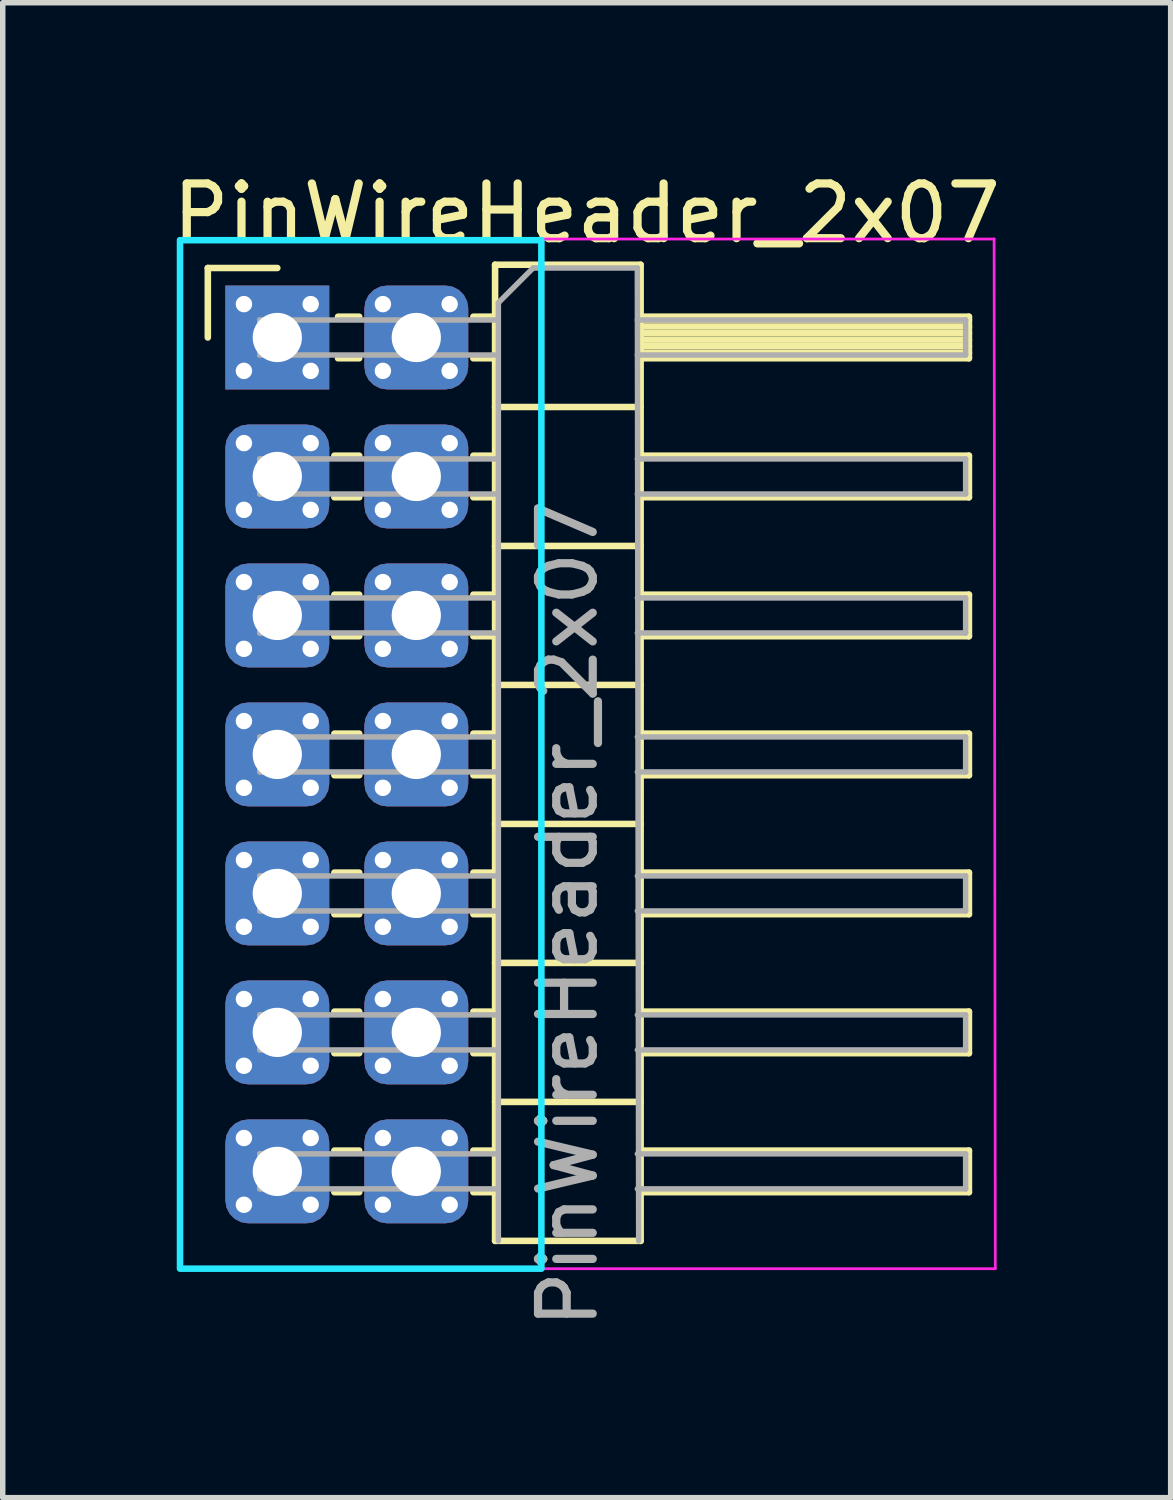
<source format=kicad_pcb>
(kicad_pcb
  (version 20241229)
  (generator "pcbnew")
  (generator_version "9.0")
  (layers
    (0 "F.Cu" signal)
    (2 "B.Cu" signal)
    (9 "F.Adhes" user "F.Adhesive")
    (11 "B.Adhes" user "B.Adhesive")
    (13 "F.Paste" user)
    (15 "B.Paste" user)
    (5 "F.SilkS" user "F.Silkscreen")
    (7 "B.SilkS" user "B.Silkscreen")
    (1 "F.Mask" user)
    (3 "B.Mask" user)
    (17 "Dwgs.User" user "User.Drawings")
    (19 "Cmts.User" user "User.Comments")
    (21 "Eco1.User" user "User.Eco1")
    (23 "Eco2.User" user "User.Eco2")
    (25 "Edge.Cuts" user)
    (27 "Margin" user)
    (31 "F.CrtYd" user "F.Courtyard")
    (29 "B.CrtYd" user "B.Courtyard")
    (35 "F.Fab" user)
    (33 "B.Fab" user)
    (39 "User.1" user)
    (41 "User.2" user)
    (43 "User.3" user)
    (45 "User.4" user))
  (footprint "PinWireHeader_2x07"
    (layer "F.Cu")
    (at 2.018 3.118)
    (property "Reference" "PinWireHeader_2x07" (at 5.655 -2.27 180) (layer "F.SilkS") (effects (font (size 1 1) (thickness 0.15))))
    (attr through_hole)
    (fp_circle (center 0 0) (end 0.457 0) (stroke (width 0.15) (type solid)) (fill yes) (layer "F.Mask"))
    (fp_circle (center 0 2.54) (end 0.457 2.54) (stroke (width 0.15) (type solid)) (fill yes) (layer "F.Mask"))
    (fp_circle (center 0 5.08) (end 0.457 5.08) (stroke (width 0.15) (type solid)) (fill yes) (layer "F.Mask"))
    (fp_circle (center 0 7.62) (end 0.457 7.62) (stroke (width 0.15) (type solid)) (fill yes) (layer "F.Mask"))
    (fp_circle (center 0 10.16) (end 0.457 10.16) (stroke (width 0.15) (type solid)) (fill yes) (layer "F.Mask"))
    (fp_circle (center 0 12.7) (end 0.457 12.7) (stroke (width 0.15) (type solid)) (fill yes) (layer "F.Mask"))
    (fp_circle (center 0 15.24) (end 0.457 15.24) (stroke (width 0.15) (type solid)) (fill yes) (layer "F.Mask"))
    (fp_circle (center 2.54 0) (end 2.997 0) (stroke (width 0.15) (type solid)) (fill yes) (layer "F.Mask"))
    (fp_circle (center 2.54 2.54) (end 2.997 2.54) (stroke (width 0.15) (type solid)) (fill yes) (layer "F.Mask"))
    (fp_circle (center 2.54 5.08) (end 2.997 5.08) (stroke (width 0.15) (type solid)) (fill yes) (layer "F.Mask"))
    (fp_circle (center 2.54 7.62) (end 2.997 7.62) (stroke (width 0.15) (type solid)) (fill yes) (layer "F.Mask"))
    (fp_circle (center 2.54 10.16) (end 2.997 10.16) (stroke (width 0.15) (type solid)) (fill yes) (layer "F.Mask"))
    (fp_circle (center 2.54 12.7) (end 2.997 12.7) (stroke (width 0.15) (type solid)) (fill yes) (layer "F.Mask"))
    (fp_circle (center 2.54 15.24) (end 2.997 15.24) (stroke (width 0.15) (type solid)) (fill yes) (layer "F.Mask"))
    (fp_line (start -1.27 -1.27) (end 0 -1.27) (stroke (width 0.12) (type solid)) (layer "F.SilkS"))
    (fp_line (start -1.27 0) (end -1.27 -1.27) (stroke (width 0.12) (type solid)) (layer "F.SilkS"))
    (fp_line (start 1.043 2.16) (end 1.497 2.16) (stroke (width 0.12) (type solid)) (layer "F.SilkS"))
    (fp_line (start 1.043 2.92) (end 1.497 2.92) (stroke (width 0.12) (type solid)) (layer "F.SilkS"))
    (fp_line (start 1.043 4.7) (end 1.497 4.7) (stroke (width 0.12) (type solid)) (layer "F.SilkS"))
    (fp_line (start 1.043 5.46) (end 1.497 5.46) (stroke (width 0.12) (type solid)) (layer "F.SilkS"))
    (fp_line (start 1.043 7.24) (end 1.497 7.24) (stroke (width 0.12) (type solid)) (layer "F.SilkS"))
    (fp_line (start 1.043 8) (end 1.497 8) (stroke (width 0.12) (type solid)) (layer "F.SilkS"))
    (fp_line (start 1.043 9.78) (end 1.497 9.78) (stroke (width 0.12) (type solid)) (layer "F.SilkS"))
    (fp_line (start 1.043 10.54) (end 1.497 10.54) (stroke (width 0.12) (type solid)) (layer "F.SilkS"))
    (fp_line (start 1.043 12.32) (end 1.497 12.32) (stroke (width 0.12) (type solid)) (layer "F.SilkS"))
    (fp_line (start 1.043 13.08) (end 1.497 13.08) (stroke (width 0.12) (type solid)) (layer "F.SilkS"))
    (fp_line (start 1.043 14.86) (end 1.497 14.86) (stroke (width 0.12) (type solid)) (layer "F.SilkS"))
    (fp_line (start 1.043 15.62) (end 1.497 15.62) (stroke (width 0.12) (type solid)) (layer "F.SilkS"))
    (fp_line (start 1.11 -0.38) (end 1.497 -0.38) (stroke (width 0.12) (type solid)) (layer "F.SilkS"))
    (fp_line (start 1.11 0.38) (end 1.497 0.38) (stroke (width 0.12) (type solid)) (layer "F.SilkS"))
    (fp_line (start 3.583 -0.38) (end 3.98 -0.38) (stroke (width 0.12) (type solid)) (layer "F.SilkS"))
    (fp_line (start 3.583 0.38) (end 3.98 0.38) (stroke (width 0.12) (type solid)) (layer "F.SilkS"))
    (fp_line (start 3.583 2.16) (end 3.98 2.16) (stroke (width 0.12) (type solid)) (layer "F.SilkS"))
    (fp_line (start 3.583 2.92) (end 3.98 2.92) (stroke (width 0.12) (type solid)) (layer "F.SilkS"))
    (fp_line (start 3.583 4.7) (end 3.98 4.7) (stroke (width 0.12) (type solid)) (layer "F.SilkS"))
    (fp_line (start 3.583 5.46) (end 3.98 5.46) (stroke (width 0.12) (type solid)) (layer "F.SilkS"))
    (fp_line (start 3.583 7.24) (end 3.98 7.24) (stroke (width 0.12) (type solid)) (layer "F.SilkS"))
    (fp_line (start 3.583 8) (end 3.98 8) (stroke (width 0.12) (type solid)) (layer "F.SilkS"))
    (fp_line (start 3.583 9.78) (end 3.98 9.78) (stroke (width 0.12) (type solid)) (layer "F.SilkS"))
    (fp_line (start 3.583 10.54) (end 3.98 10.54) (stroke (width 0.12) (type solid)) (layer "F.SilkS"))
    (fp_line (start 3.583 12.32) (end 3.98 12.32) (stroke (width 0.12) (type solid)) (layer "F.SilkS"))
    (fp_line (start 3.583 13.08) (end 3.98 13.08) (stroke (width 0.12) (type solid)) (layer "F.SilkS"))
    (fp_line (start 3.583 14.86) (end 3.98 14.86) (stroke (width 0.12) (type solid)) (layer "F.SilkS"))
    (fp_line (start 3.583 15.62) (end 3.98 15.62) (stroke (width 0.12) (type solid)) (layer "F.SilkS"))
    (fp_line (start 3.98 -1.33) (end 3.98 16.51) (stroke (width 0.12) (type solid)) (layer "F.SilkS"))
    (fp_line (start 3.98 1.27) (end 6.64 1.27) (stroke (width 0.12) (type solid)) (layer "F.SilkS"))
    (fp_line (start 3.98 3.81) (end 6.64 3.81) (stroke (width 0.12) (type solid)) (layer "F.SilkS"))
    (fp_line (start 3.98 6.35) (end 6.64 6.35) (stroke (width 0.12) (type solid)) (layer "F.SilkS"))
    (fp_line (start 3.98 8.89) (end 6.64 8.89) (stroke (width 0.12) (type solid)) (layer "F.SilkS"))
    (fp_line (start 3.98 11.43) (end 6.64 11.43) (stroke (width 0.12) (type solid)) (layer "F.SilkS"))
    (fp_line (start 3.98 13.97) (end 6.64 13.97) (stroke (width 0.12) (type solid)) (layer "F.SilkS"))
    (fp_line (start 3.98 16.51) (end 6.64 16.51) (stroke (width 0.12) (type solid)) (layer "F.SilkS"))
    (fp_line (start 6.64 -1.33) (end 3.98 -1.33) (stroke (width 0.12) (type solid)) (layer "F.SilkS"))
    (fp_line (start 6.64 -0.38) (end 12.64 -0.38) (stroke (width 0.12) (type solid)) (layer "F.SilkS"))
    (fp_line (start 6.64 -0.32) (end 12.64 -0.32) (stroke (width 0.12) (type solid)) (layer "F.SilkS"))
    (fp_line (start 6.64 -0.2) (end 12.64 -0.2) (stroke (width 0.12) (type solid)) (layer "F.SilkS"))
    (fp_line (start 6.64 -0.08) (end 12.64 -0.08) (stroke (width 0.12) (type solid)) (layer "F.SilkS"))
    (fp_line (start 6.64 0.04) (end 12.64 0.04) (stroke (width 0.12) (type solid)) (layer "F.SilkS"))
    (fp_line (start 6.64 0.16) (end 12.64 0.16) (stroke (width 0.12) (type solid)) (layer "F.SilkS"))
    (fp_line (start 6.64 0.28) (end 12.64 0.28) (stroke (width 0.12) (type solid)) (layer "F.SilkS"))
    (fp_line (start 6.64 2.16) (end 12.64 2.16) (stroke (width 0.12) (type solid)) (layer "F.SilkS"))
    (fp_line (start 6.64 4.7) (end 12.64 4.7) (stroke (width 0.12) (type solid)) (layer "F.SilkS"))
    (fp_line (start 6.64 7.24) (end 12.64 7.24) (stroke (width 0.12) (type solid)) (layer "F.SilkS"))
    (fp_line (start 6.64 9.78) (end 12.64 9.78) (stroke (width 0.12) (type solid)) (layer "F.SilkS"))
    (fp_line (start 6.64 12.32) (end 12.64 12.32) (stroke (width 0.12) (type solid)) (layer "F.SilkS"))
    (fp_line (start 6.64 14.86) (end 12.64 14.86) (stroke (width 0.12) (type solid)) (layer "F.SilkS"))
    (fp_line (start 6.64 16.51) (end 6.64 -1.33) (stroke (width 0.12) (type solid)) (layer "F.SilkS"))
    (fp_line (start 12.64 -0.38) (end 12.64 0.38) (stroke (width 0.12) (type solid)) (layer "F.SilkS"))
    (fp_line (start 12.64 0.38) (end 6.64 0.38) (stroke (width 0.12) (type solid)) (layer "F.SilkS"))
    (fp_line (start 12.64 2.16) (end 12.64 2.92) (stroke (width 0.12) (type solid)) (layer "F.SilkS"))
    (fp_line (start 12.64 2.92) (end 6.64 2.92) (stroke (width 0.12) (type solid)) (layer "F.SilkS"))
    (fp_line (start 12.64 4.7) (end 12.64 5.46) (stroke (width 0.12) (type solid)) (layer "F.SilkS"))
    (fp_line (start 12.64 5.46) (end 6.64 5.46) (stroke (width 0.12) (type solid)) (layer "F.SilkS"))
    (fp_line (start 12.64 7.24) (end 12.64 8) (stroke (width 0.12) (type solid)) (layer "F.SilkS"))
    (fp_line (start 12.64 8) (end 6.64 8) (stroke (width 0.12) (type solid)) (layer "F.SilkS"))
    (fp_line (start 12.64 9.78) (end 12.64 10.54) (stroke (width 0.12) (type solid)) (layer "F.SilkS"))
    (fp_line (start 12.64 10.54) (end 6.64 10.54) (stroke (width 0.12) (type solid)) (layer "F.SilkS"))
    (fp_line (start 12.64 12.32) (end 12.64 13.08) (stroke (width 0.12) (type solid)) (layer "F.SilkS"))
    (fp_line (start 12.64 13.08) (end 6.64 13.08) (stroke (width 0.12) (type solid)) (layer "F.SilkS"))
    (fp_line (start 12.64 14.86) (end 12.64 15.62) (stroke (width 0.12) (type solid)) (layer "F.SilkS"))
    (fp_line (start 12.64 15.62) (end 6.64 15.62) (stroke (width 0.12) (type solid)) (layer "F.SilkS"))
    (fp_rect (start -1.778 -1.778) (end 4.826 17.018) (stroke (width 0.12) (type solid)) (fill no) (layer "B.CrtYd"))
    (fp_line (start -1.8 -1.8) (end -1.778 17.018) (stroke (width 0.05) (type solid)) (layer "F.CrtYd"))
    (fp_line (start -1.778 17.018) (end 13.122 17.018) (stroke (width 0.05) (type solid)) (layer "F.CrtYd"))
    (fp_line (start 13.1 -1.8) (end -1.8 -1.8) (stroke (width 0.05) (type solid)) (layer "F.CrtYd"))
    (fp_line (start 13.122 17.018) (end 13.1 -1.8) (stroke (width 0.05) (type solid)) (layer "F.CrtYd"))
    (fp_line (start -0.32 -0.32) (end -0.32 0.32) (stroke (width 0.1) (type solid)) (layer "F.Fab"))
    (fp_line (start -0.32 -0.32) (end 4.04 -0.32) (stroke (width 0.1) (type solid)) (layer "F.Fab"))
    (fp_line (start -0.32 0.32) (end 4.04 0.32) (stroke (width 0.1) (type solid)) (layer "F.Fab"))
    (fp_line (start -0.32 2.22) (end -0.32 2.86) (stroke (width 0.1) (type solid)) (layer "F.Fab"))
    (fp_line (start -0.32 2.22) (end 4.04 2.22) (stroke (width 0.1) (type solid)) (layer "F.Fab"))
    (fp_line (start -0.32 2.86) (end 4.04 2.86) (stroke (width 0.1) (type solid)) (layer "F.Fab"))
    (fp_line (start -0.32 4.76) (end -0.32 5.4) (stroke (width 0.1) (type solid)) (layer "F.Fab"))
    (fp_line (start -0.32 4.76) (end 4.04 4.76) (stroke (width 0.1) (type solid)) (layer "F.Fab"))
    (fp_line (start -0.32 5.4) (end 4.04 5.4) (stroke (width 0.1) (type solid)) (layer "F.Fab"))
    (fp_line (start -0.32 7.3) (end -0.32 7.94) (stroke (width 0.1) (type solid)) (layer "F.Fab"))
    (fp_line (start -0.32 7.3) (end 4.04 7.3) (stroke (width 0.1) (type solid)) (layer "F.Fab"))
    (fp_line (start -0.32 7.94) (end 4.04 7.94) (stroke (width 0.1) (type solid)) (layer "F.Fab"))
    (fp_line (start -0.32 9.84) (end -0.32 10.48) (stroke (width 0.1) (type solid)) (layer "F.Fab"))
    (fp_line (start -0.32 9.84) (end 4.04 9.84) (stroke (width 0.1) (type solid)) (layer "F.Fab"))
    (fp_line (start -0.32 10.48) (end 4.04 10.48) (stroke (width 0.1) (type solid)) (layer "F.Fab"))
    (fp_line (start -0.32 12.38) (end -0.32 13.02) (stroke (width 0.1) (type solid)) (layer "F.Fab"))
    (fp_line (start -0.32 12.38) (end 4.04 12.38) (stroke (width 0.1) (type solid)) (layer "F.Fab"))
    (fp_line (start -0.32 13.02) (end 4.04 13.02) (stroke (width 0.1) (type solid)) (layer "F.Fab"))
    (fp_line (start -0.32 14.92) (end -0.32 15.56) (stroke (width 0.1) (type solid)) (layer "F.Fab"))
    (fp_line (start -0.32 14.92) (end 4.04 14.92) (stroke (width 0.1) (type solid)) (layer "F.Fab"))
    (fp_line (start -0.32 15.56) (end 4.04 15.56) (stroke (width 0.1) (type solid)) (layer "F.Fab"))
    (fp_line (start 4.04 -0.635) (end 4.675 -1.27) (stroke (width 0.1) (type solid)) (layer "F.Fab"))
    (fp_line (start 4.04 16.51) (end 4.04 -0.635) (stroke (width 0.1) (type solid)) (layer "F.Fab"))
    (fp_line (start 4.675 -1.27) (end 6.58 -1.27) (stroke (width 0.1) (type solid)) (layer "F.Fab"))
    (fp_line (start 6.58 -1.27) (end 6.604 16.51) (stroke (width 0.1) (type solid)) (layer "F.Fab"))
    (fp_line (start 6.58 -0.32) (end 12.58 -0.32) (stroke (width 0.1) (type solid)) (layer "F.Fab"))
    (fp_line (start 6.58 0.32) (end 12.58 0.32) (stroke (width 0.1) (type solid)) (layer "F.Fab"))
    (fp_line (start 6.58 2.22) (end 12.58 2.22) (stroke (width 0.1) (type solid)) (layer "F.Fab"))
    (fp_line (start 6.58 2.86) (end 12.58 2.86) (stroke (width 0.1) (type solid)) (layer "F.Fab"))
    (fp_line (start 6.58 4.76) (end 12.58 4.76) (stroke (width 0.1) (type solid)) (layer "F.Fab"))
    (fp_line (start 6.58 5.4) (end 12.58 5.4) (stroke (width 0.1) (type solid)) (layer "F.Fab"))
    (fp_line (start 6.58 7.3) (end 12.58 7.3) (stroke (width 0.1) (type solid)) (layer "F.Fab"))
    (fp_line (start 6.58 7.94) (end 12.58 7.94) (stroke (width 0.1) (type solid)) (layer "F.Fab"))
    (fp_line (start 6.58 9.84) (end 12.58 9.84) (stroke (width 0.1) (type solid)) (layer "F.Fab"))
    (fp_line (start 6.58 10.48) (end 12.58 10.48) (stroke (width 0.1) (type solid)) (layer "F.Fab"))
    (fp_line (start 6.58 12.38) (end 12.58 12.38) (stroke (width 0.1) (type solid)) (layer "F.Fab"))
    (fp_line (start 6.58 13.02) (end 12.58 13.02) (stroke (width 0.1) (type solid)) (layer "F.Fab"))
    (fp_line (start 6.58 14.92) (end 12.58 14.92) (stroke (width 0.1) (type solid)) (layer "F.Fab"))
    (fp_line (start 6.58 15.56) (end 12.58 15.56) (stroke (width 0.1) (type solid)) (layer "F.Fab"))
    (fp_line (start 12.58 -0.32) (end 12.58 0.32) (stroke (width 0.1) (type solid)) (layer "F.Fab"))
    (fp_line (start 12.58 2.22) (end 12.58 2.86) (stroke (width 0.1) (type solid)) (layer "F.Fab"))
    (fp_line (start 12.58 4.76) (end 12.58 5.4) (stroke (width 0.1) (type solid)) (layer "F.Fab"))
    (fp_line (start 12.58 7.3) (end 12.58 7.94) (stroke (width 0.1) (type solid)) (layer "F.Fab"))
    (fp_line (start 12.58 9.84) (end 12.58 10.48) (stroke (width 0.1) (type solid)) (layer "F.Fab"))
    (fp_line (start 12.58 12.38) (end 12.58 13.02) (stroke (width 0.1) (type solid)) (layer "F.Fab"))
    (fp_line (start 12.58 14.92) (end 12.58 15.56) (stroke (width 0.1) (type solid)) (layer "F.Fab"))
    (fp_text user "${REFERENCE}" (at 5.31 10.53 270) (layer "F.Fab") (effects (font (size 1 1) (thickness 0.15))))
    (pad "1" thru_hole circle (at -0.61 -0.61) (size 0.35 0.35) (drill 0.3) (layers "*.Cu" "*.Mask"))
    (pad "1" thru_hole circle (at -0.61 0.61) (size 0.35 0.35) (drill 0.3) (layers "*.Cu" "*.Mask"))
    (pad "1" thru_hole rect (at 0 0) (size 1.9 1.9) (drill 0.9) (layers "*.Cu" "B.Mask"))
    (pad "1" thru_hole circle (at 0.61 -0.61) (size 0.35 0.35) (drill 0.3) (layers "*.Cu" "*.Mask"))
    (pad "1" thru_hole circle (at 0.61 0.61) (size 0.35 0.35) (drill 0.3) (layers "*.Cu" "*.Mask"))
    (pad "2" thru_hole circle (at 1.93 -0.61) (size 0.35 0.35) (drill 0.3) (layers "*.Cu" "*.Mask"))
    (pad "2" thru_hole circle (at 1.93 0.61) (size 0.35 0.35) (drill 0.3) (layers "*.Cu" "*.Mask"))
    (pad "2" thru_hole roundrect (at 2.54 0) (size 1.9 1.9) (drill 0.9) (layers "*.Cu" "B.Mask") (roundrect_rratio 0.22))
    (pad "2" thru_hole circle (at 3.15 -0.61) (size 0.35 0.35) (drill 0.3) (layers "*.Cu" "*.Mask"))
    (pad "2" thru_hole circle (at 3.15 0.61) (size 0.35 0.35) (drill 0.3) (layers "*.Cu" "*.Mask"))
    (pad "3" thru_hole circle (at -0.61 1.93) (size 0.35 0.35) (drill 0.3) (layers "*.Cu" "*.Mask"))
    (pad "3" thru_hole circle (at -0.61 3.15) (size 0.35 0.35) (drill 0.3) (layers "*.Cu" "*.Mask"))
    (pad "3" thru_hole roundrect (at 0 2.54) (size 1.9 1.9) (drill 0.9) (layers "*.Cu" "B.Mask") (roundrect_rratio 0.22))
    (pad "3" thru_hole circle (at 0.61 1.93) (size 0.35 0.35) (drill 0.3) (layers "*.Cu" "*.Mask"))
    (pad "3" thru_hole circle (at 0.61 3.15) (size 0.35 0.35) (drill 0.3) (layers "*.Cu" "*.Mask"))
    (pad "4" thru_hole circle (at 1.93 1.93) (size 0.35 0.35) (drill 0.3) (layers "*.Cu" "*.Mask"))
    (pad "4" thru_hole circle (at 1.93 3.15) (size 0.35 0.35) (drill 0.3) (layers "*.Cu" "*.Mask"))
    (pad "4" thru_hole roundrect (at 2.54 2.54) (size 1.9 1.9) (drill 0.9) (layers "*.Cu" "B.Mask") (roundrect_rratio 0.22))
    (pad "4" thru_hole circle (at 3.15 1.93) (size 0.35 0.35) (drill 0.3) (layers "*.Cu" "*.Mask"))
    (pad "4" thru_hole circle (at 3.15 3.15) (size 0.35 0.35) (drill 0.3) (layers "*.Cu" "*.Mask"))
    (pad "5" thru_hole circle (at -0.61 4.47) (size 0.35 0.35) (drill 0.3) (layers "*.Cu" "*.Mask"))
    (pad "5" thru_hole circle (at -0.61 5.69) (size 0.35 0.35) (drill 0.3) (layers "*.Cu" "*.Mask"))
    (pad "5" thru_hole roundrect (at 0 5.08) (size 1.9 1.9) (drill 0.9) (layers "*.Cu" "B.Mask") (roundrect_rratio 0.22))
    (pad "5" thru_hole circle (at 0.61 4.47) (size 0.35 0.35) (drill 0.3) (layers "*.Cu" "*.Mask"))
    (pad "5" thru_hole circle (at 0.61 5.69) (size 0.35 0.35) (drill 0.3) (layers "*.Cu" "*.Mask"))
    (pad "6" thru_hole circle (at 1.93 4.47) (size 0.35 0.35) (drill 0.3) (layers "*.Cu" "*.Mask"))
    (pad "6" thru_hole circle (at 1.93 5.69) (size 0.35 0.35) (drill 0.3) (layers "*.Cu" "*.Mask"))
    (pad "6" thru_hole roundrect (at 2.54 5.08) (size 1.9 1.9) (drill 0.9) (layers "*.Cu" "B.Mask") (roundrect_rratio 0.22))
    (pad "6" thru_hole circle (at 3.15 4.47) (size 0.35 0.35) (drill 0.3) (layers "*.Cu" "*.Mask"))
    (pad "6" thru_hole circle (at 3.15 5.69) (size 0.35 0.35) (drill 0.3) (layers "*.Cu" "*.Mask"))
    (pad "7" thru_hole circle (at -0.61 7.01) (size 0.35 0.35) (drill 0.3) (layers "*.Cu" "*.Mask"))
    (pad "7" thru_hole circle (at -0.61 8.23) (size 0.35 0.35) (drill 0.3) (layers "*.Cu" "*.Mask"))
    (pad "7" thru_hole roundrect (at 0 7.62) (size 1.9 1.9) (drill 0.9) (layers "*.Cu" "B.Mask") (roundrect_rratio 0.22))
    (pad "7" thru_hole circle (at 0.61 7.01) (size 0.35 0.35) (drill 0.3) (layers "*.Cu" "*.Mask"))
    (pad "7" thru_hole circle (at 0.61 8.23) (size 0.35 0.35) (drill 0.3) (layers "*.Cu" "*.Mask"))
    (pad "8" thru_hole circle (at 1.93 7.01) (size 0.35 0.35) (drill 0.3) (layers "*.Cu" "*.Mask"))
    (pad "8" thru_hole circle (at 1.93 8.23) (size 0.35 0.35) (drill 0.3) (layers "*.Cu" "*.Mask"))
    (pad "8" thru_hole roundrect (at 2.54 7.62) (size 1.9 1.9) (drill 0.9) (layers "*.Cu" "B.Mask") (roundrect_rratio 0.22))
    (pad "8" thru_hole circle (at 3.15 7.01) (size 0.35 0.35) (drill 0.3) (layers "*.Cu" "*.Mask"))
    (pad "8" thru_hole circle (at 3.15 8.23) (size 0.35 0.35) (drill 0.3) (layers "*.Cu" "*.Mask"))
    (pad "9" thru_hole circle (at -0.61 9.55) (size 0.35 0.35) (drill 0.3) (layers "*.Cu" "*.Mask"))
    (pad "9" thru_hole circle (at -0.61 10.77) (size 0.35 0.35) (drill 0.3) (layers "*.Cu" "*.Mask"))
    (pad "9" thru_hole roundrect (at 0 10.16) (size 1.9 1.9) (drill 0.9) (layers "*.Cu" "B.Mask") (roundrect_rratio 0.22))
    (pad "9" thru_hole circle (at 0.61 9.55) (size 0.35 0.35) (drill 0.3) (layers "*.Cu" "*.Mask"))
    (pad "9" thru_hole circle (at 0.61 10.77) (size 0.35 0.35) (drill 0.3) (layers "*.Cu" "*.Mask"))
    (pad "10" thru_hole circle (at 1.93 9.55) (size 0.35 0.35) (drill 0.3) (layers "*.Cu" "*.Mask"))
    (pad "10" thru_hole circle (at 1.93 10.77) (size 0.35 0.35) (drill 0.3) (layers "*.Cu" "*.Mask"))
    (pad "10" thru_hole roundrect (at 2.54 10.16) (size 1.9 1.9) (drill 0.9) (layers "*.Cu" "B.Mask") (roundrect_rratio 0.22))
    (pad "10" thru_hole circle (at 3.15 9.55) (size 0.35 0.35) (drill 0.3) (layers "*.Cu" "*.Mask"))
    (pad "10" thru_hole circle (at 3.15 10.77) (size 0.35 0.35) (drill 0.3) (layers "*.Cu" "*.Mask"))
    (pad "11" thru_hole circle (at -0.61 12.09) (size 0.35 0.35) (drill 0.3) (layers "*.Cu" "*.Mask"))
    (pad "11" thru_hole circle (at -0.61 13.31) (size 0.35 0.35) (drill 0.3) (layers "*.Cu" "*.Mask"))
    (pad "11" thru_hole roundrect (at 0 12.7) (size 1.9 1.9) (drill 0.9) (layers "*.Cu" "B.Mask") (roundrect_rratio 0.22))
    (pad "11" thru_hole circle (at 0.61 12.09) (size 0.35 0.35) (drill 0.3) (layers "*.Cu" "*.Mask"))
    (pad "11" thru_hole circle (at 0.61 13.31) (size 0.35 0.35) (drill 0.3) (layers "*.Cu" "*.Mask"))
    (pad "12" thru_hole circle (at 1.93 12.09) (size 0.35 0.35) (drill 0.3) (layers "*.Cu" "*.Mask"))
    (pad "12" thru_hole circle (at 1.93 13.31) (size 0.35 0.35) (drill 0.3) (layers "*.Cu" "*.Mask"))
    (pad "12" thru_hole roundrect (at 2.54 12.7) (size 1.9 1.9) (drill 0.9) (layers "*.Cu" "B.Mask") (roundrect_rratio 0.22))
    (pad "12" thru_hole circle (at 3.15 12.09) (size 0.35 0.35) (drill 0.3) (layers "*.Cu" "*.Mask"))
    (pad "12" thru_hole circle (at 3.15 13.31) (size 0.35 0.35) (drill 0.3) (layers "*.Cu" "*.Mask"))
    (pad "13" thru_hole circle (at -0.61 14.63) (size 0.35 0.35) (drill 0.3) (layers "*.Cu" "*.Mask"))
    (pad "13" thru_hole circle (at -0.61 15.85) (size 0.35 0.35) (drill 0.3) (layers "*.Cu" "*.Mask"))
    (pad "13" thru_hole roundrect (at 0 15.24) (size 1.9 1.9) (drill 0.9) (layers "*.Cu" "B.Mask") (roundrect_rratio 0.22))
    (pad "13" thru_hole circle (at 0.61 14.63) (size 0.35 0.35) (drill 0.3) (layers "*.Cu" "*.Mask"))
    (pad "13" thru_hole circle (at 0.61 15.85) (size 0.35 0.35) (drill 0.3) (layers "*.Cu" "*.Mask"))
    (pad "14" thru_hole circle (at 1.93 14.63) (size 0.35 0.35) (drill 0.3) (layers "*.Cu" "*.Mask"))
    (pad "14" thru_hole circle (at 1.93 15.85) (size 0.35 0.35) (drill 0.3) (layers "*.Cu" "*.Mask"))
    (pad "14" thru_hole roundrect (at 2.54 15.24) (size 1.9 1.9) (drill 0.9) (layers "*.Cu" "B.Mask") (roundrect_rratio 0.22))
    (pad "14" thru_hole circle (at 3.15 14.63) (size 0.35 0.35) (drill 0.3) (layers "*.Cu" "*.Mask"))
    (pad "14" thru_hole circle (at 3.15 15.85) (size 0.35 0.35) (drill 0.3) (layers "*.Cu" "*.Mask")))
  (gr_rect
    (start -3 -3)
    (end 18.345 24.321)
    (stroke (width 0.1) (type default))
    (fill no)
    (layer "Edge.Cuts")))
</source>
